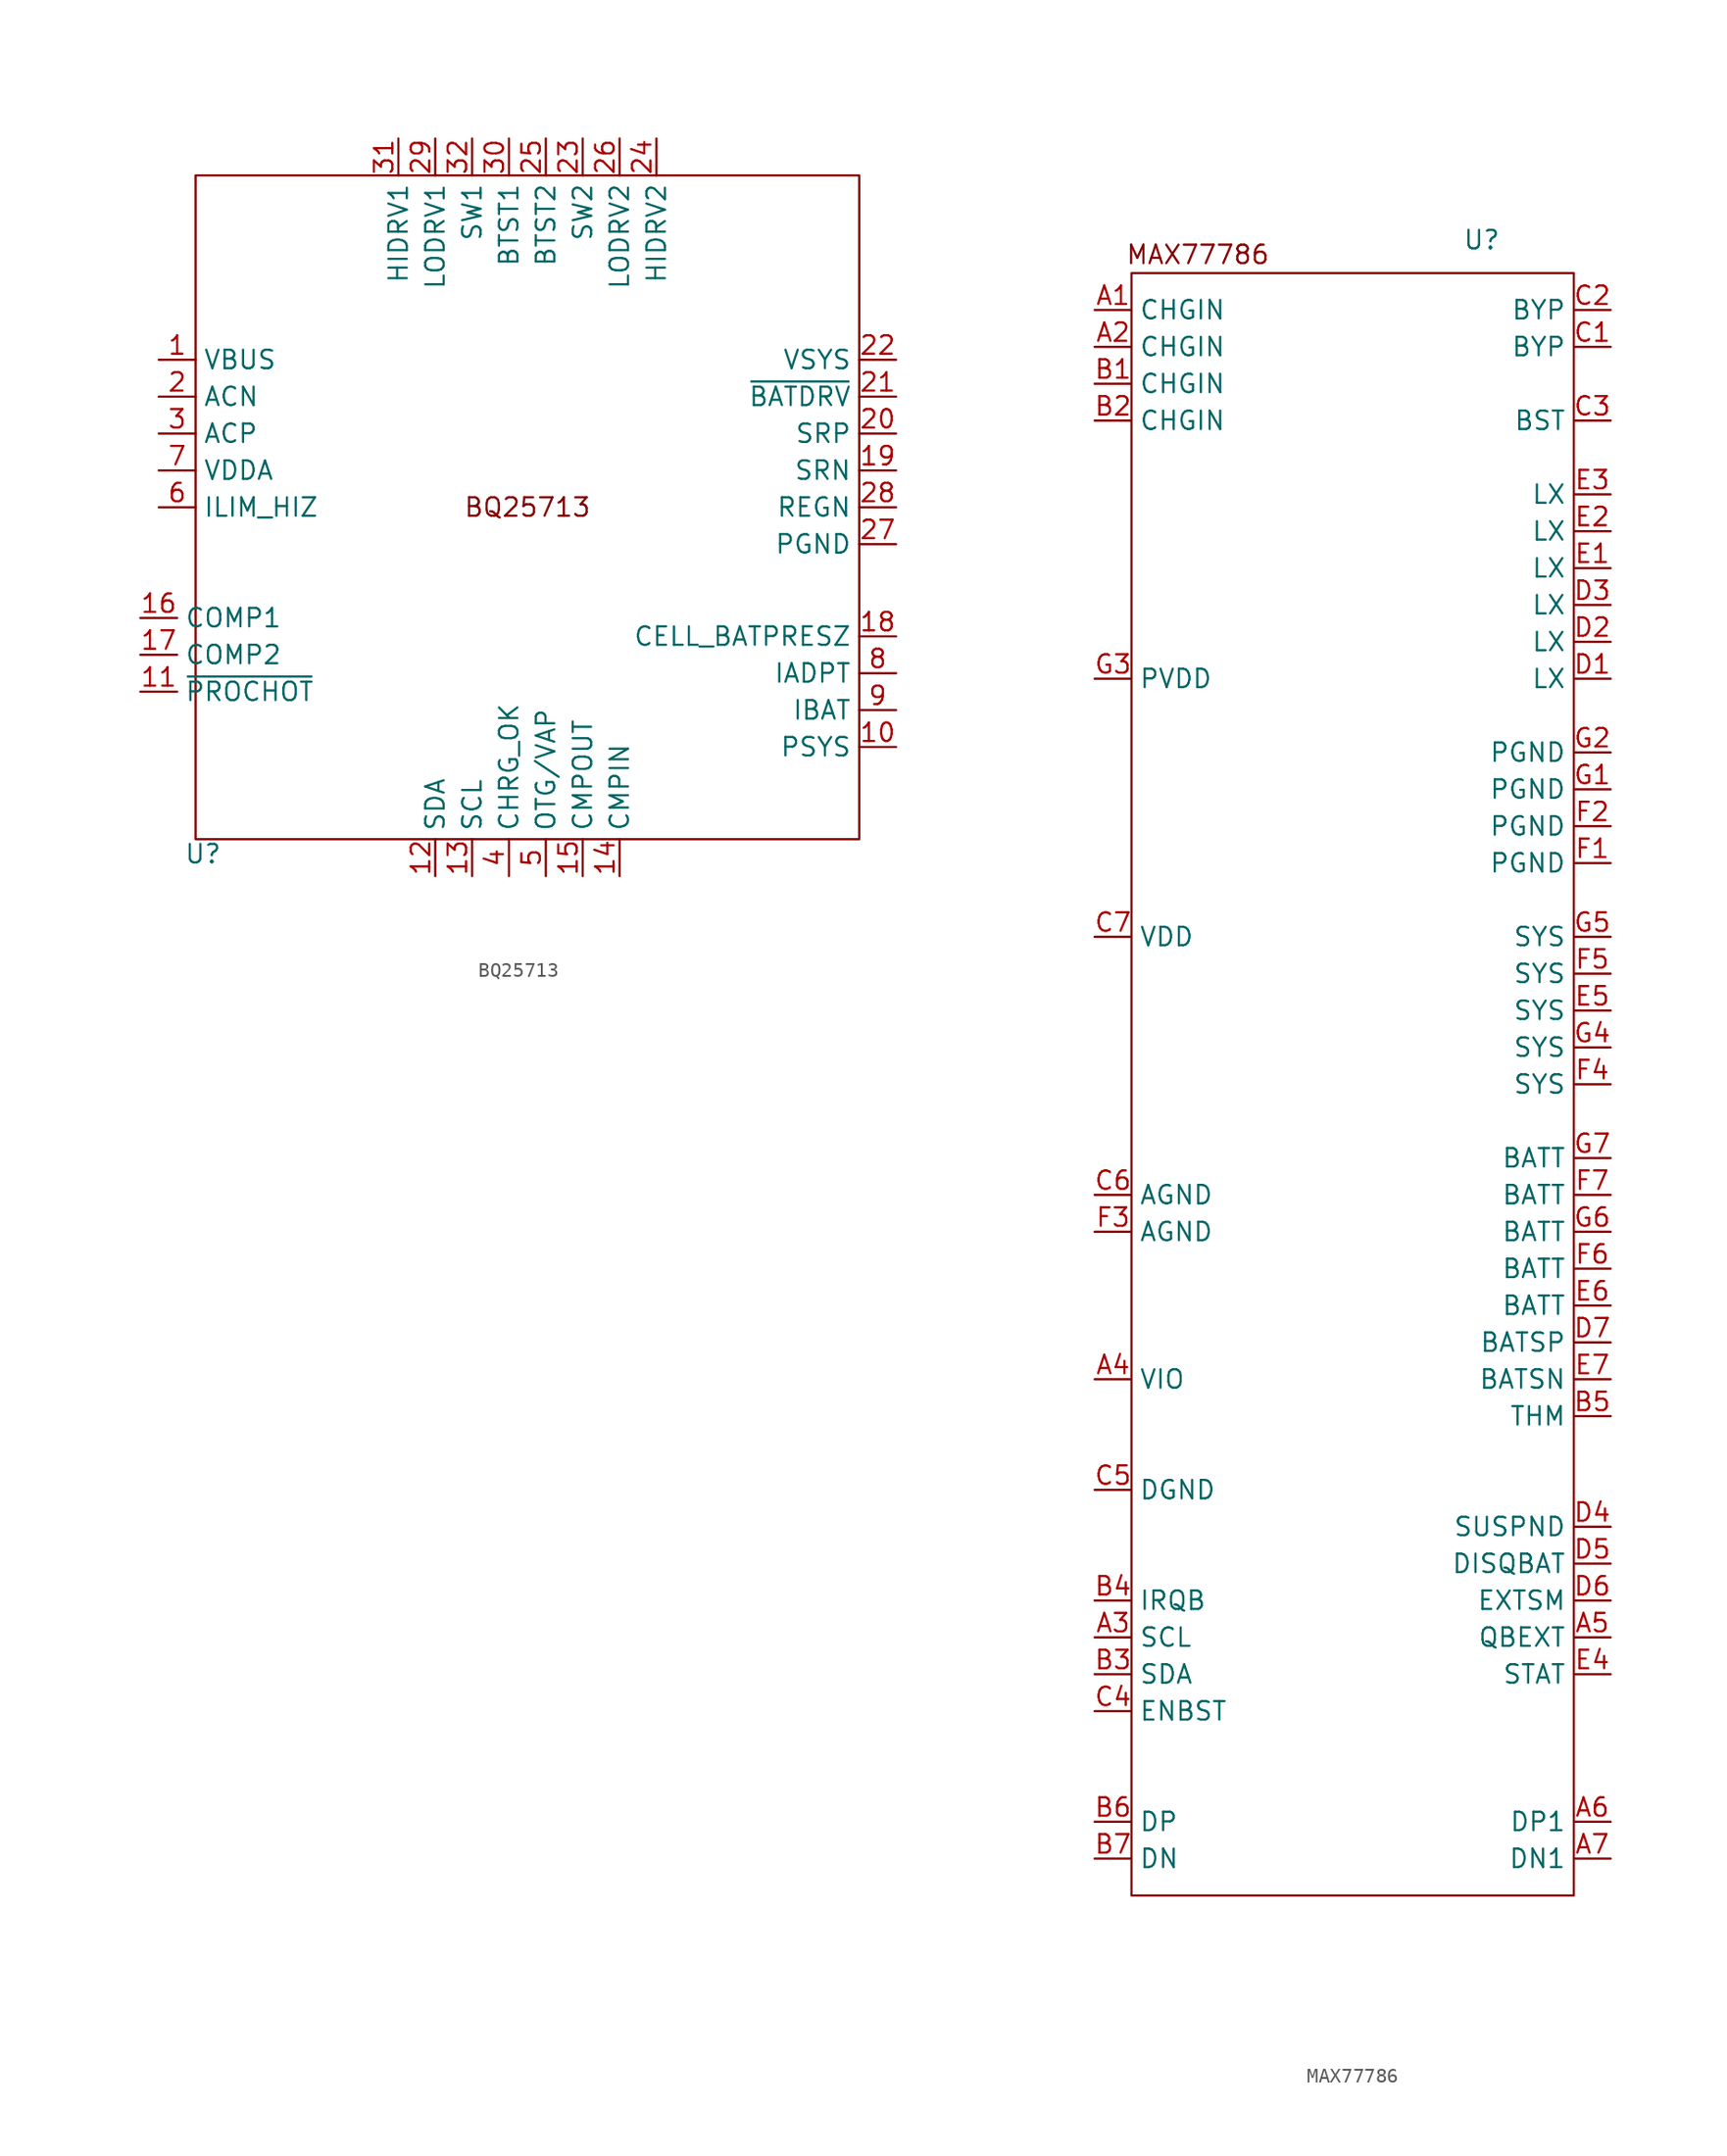
<source format=kicad_sym>
(kicad_symbol_lib
  (version 20241209)
  (generator "kicad_symbol_editor")
  (generator_version "9.0")
  (symbol "BQ25713"
    (property "Reference" "U"
      (at -22.352 -23.876 0)
      (effects (font (size 1.27 1.27))))
    (property "Value" ""
      (at 0 0 0)
      (effects (font (size 1.27 1.27))))
    (symbol "BQ25713_0_1"
      (rectangle (start 22.86 -22.86) (end -22.86 22.86) (stroke (width 0) (type default)) (fill (type none))))
    (symbol "BQ25713_1_1"
      (text "BQ25713" (at 0 0 0) (effects (font (size 1.27 1.27))))
      (pin input line (at -26.67 -7.62 0) (length 2.54) (name "COMP1" (effects (font (size 1.27 1.27)))) (number "16" (effects (font (size 1.27 1.27)))))
      (pin input line (at -26.67 -10.16 0) (length 2.54) (name "COMP2" (effects (font (size 1.27 1.27)))) (number "17" (effects (font (size 1.27 1.27)))))
      (pin output line (at -26.67 -12.7 0) (length 2.54) (name "~{PROCHOT}" (effects (font (size 1.27 1.27)))) (number "11" (effects (font (size 1.27 1.27)))))
      (pin power_in line (at -25.4 10.16 0) (length 2.54) (name "VBUS" (effects (font (size 1.27 1.27)))) (number "1" (effects (font (size 1.27 1.27)))))
      (pin power_in line (at -25.4 7.62 0) (length 2.54) (name "ACN" (effects (font (size 1.27 1.27)))) (number "2" (effects (font (size 1.27 1.27)))))
      (pin power_in line (at -25.4 5.08 0) (length 2.54) (name "ACP" (effects (font (size 1.27 1.27)))) (number "3" (effects (font (size 1.27 1.27)))))
      (pin power_in line (at -25.4 2.54 0) (length 2.54) (name "VDDA" (effects (font (size 1.27 1.27)))) (number "7" (effects (font (size 1.27 1.27)))))
      (pin input line (at -25.4 0 0) (length 2.54) (name "ILIM_HIZ" (effects (font (size 1.27 1.27)))) (number "6" (effects (font (size 1.27 1.27)))))
      (pin no_connect line (at -25.4 -20.32 0) (length 2.54) (hide yes) (name "thermal_pad" (effects (font (size 1.27 1.27)))) (number "" (effects (font (size 1.27 1.27)))))
      (pin output line (at -8.89 25.4 270) (length 2.54) (name "HIDRV1" (effects (font (size 1.27 1.27)))) (number "31" (effects (font (size 1.27 1.27)))))
      (pin output line (at -6.35 25.4 270) (length 2.54) (name "LODRV1" (effects (font (size 1.27 1.27)))) (number "29" (effects (font (size 1.27 1.27)))))
      (pin bidirectional line (at -6.35 -25.4 90) (length 2.54) (name "SDA" (effects (font (size 1.27 1.27)))) (number "12" (effects (font (size 1.27 1.27)))))
      (pin power_out line (at -3.81 25.4 270) (length 2.54) (name "SW1" (effects (font (size 1.27 1.27)))) (number "32" (effects (font (size 1.27 1.27)))))
      (pin input line (at -3.81 -25.4 90) (length 2.54) (name "SCL" (effects (font (size 1.27 1.27)))) (number "13" (effects (font (size 1.27 1.27)))))
      (pin power_in line (at -1.27 25.4 270) (length 2.54) (name "BTST1" (effects (font (size 1.27 1.27)))) (number "30" (effects (font (size 1.27 1.27)))))
      (pin output line (at -1.27 -25.4 90) (length 2.54) (name "CHRG_OK" (effects (font (size 1.27 1.27)))) (number "4" (effects (font (size 1.27 1.27)))))
      (pin power_in line (at 1.27 25.4 270) (length 2.54) (name "BTST2" (effects (font (size 1.27 1.27)))) (number "25" (effects (font (size 1.27 1.27)))))
      (pin input line (at 1.27 -25.4 90) (length 2.54) (name "OTG/VAP" (effects (font (size 1.27 1.27)))) (number "5" (effects (font (size 1.27 1.27)))))
      (pin power_out line (at 3.81 25.4 270) (length 2.54) (name "SW2" (effects (font (size 1.27 1.27)))) (number "23" (effects (font (size 1.27 1.27)))))
      (pin output line (at 3.81 -25.4 90) (length 2.54) (name "CMPOUT" (effects (font (size 1.27 1.27)))) (number "15" (effects (font (size 1.27 1.27)))))
      (pin output line (at 6.35 25.4 270) (length 2.54) (name "LODRV2" (effects (font (size 1.27 1.27)))) (number "26" (effects (font (size 1.27 1.27)))))
      (pin input line (at 6.35 -25.4 90) (length 2.54) (name "CMPIN" (effects (font (size 1.27 1.27)))) (number "14" (effects (font (size 1.27 1.27)))))
      (pin output line (at 8.89 25.4 270) (length 2.54) (name "HIDRV2" (effects (font (size 1.27 1.27)))) (number "24" (effects (font (size 1.27 1.27)))))
      (pin power_in line (at 25.4 10.16 180) (length 2.54) (name "VSYS" (effects (font (size 1.27 1.27)))) (number "22" (effects (font (size 1.27 1.27)))))
      (pin output line (at 25.4 7.62 180) (length 2.54) (name "~{BATDRV}" (effects (font (size 1.27 1.27)))) (number "21" (effects (font (size 1.27 1.27)))))
      (pin power_in line (at 25.4 5.08 180) (length 2.54) (name "SRP" (effects (font (size 1.27 1.27)))) (number "20" (effects (font (size 1.27 1.27)))))
      (pin power_in line (at 25.4 2.54 180) (length 2.54) (name "SRN" (effects (font (size 1.27 1.27)))) (number "19" (effects (font (size 1.27 1.27)))))
      (pin power_out line (at 25.4 0 180) (length 2.54) (name "REGN" (effects (font (size 1.27 1.27)))) (number "28" (effects (font (size 1.27 1.27)))))
      (pin power_in line (at 25.4 -2.54 180) (length 2.54) (name "PGND" (effects (font (size 1.27 1.27)))) (number "27" (effects (font (size 1.27 1.27)))))
      (pin input line (at 25.4 -8.89 180) (length 2.54) (name "CELL_BATPRESZ" (effects (font (size 1.27 1.27)))) (number "18" (effects (font (size 1.27 1.27)))))
      (pin output line (at 25.4 -11.43 180) (length 2.54) (name "IADPT" (effects (font (size 1.27 1.27)))) (number "8" (effects (font (size 1.27 1.27)))))
      (pin output line (at 25.4 -13.97 180) (length 2.54) (name "IBAT" (effects (font (size 1.27 1.27)))) (number "9" (effects (font (size 1.27 1.27)))))
      (pin output line (at 25.4 -16.51 180) (length 2.54) (name "PSYS" (effects (font (size 1.27 1.27)))) (number "10" (effects (font (size 1.27 1.27)))))))
  (symbol "MAX77786"
    (property "Reference" "U"
      (at 8.89 58.166 0)
      (effects (font (size 1.27 1.27))))
    (property "Value" ""
      (at 0 0 0)
      (effects (font (size 1.27 1.27))))
    (symbol "MAX77786_0_1"
      (rectangle (start -15.24 55.88) (end 15.24 -55.88) (stroke (width 0) (type default)) (fill (type none))))
    (symbol "MAX77786_1_1"
      (text "MAX77786" (at -10.668 57.15 0) (effects (font (size 1.27 1.27))))
      (pin input line (at -17.78 53.34 0) (length 2.54) (name "CHGIN" (effects (font (size 1.27 1.27)))) (number "A1" (effects (font (size 1.27 1.27)))))
      (pin input line (at -17.78 50.8 0) (length 2.54) (name "CHGIN" (effects (font (size 1.27 1.27)))) (number "A2" (effects (font (size 1.27 1.27)))))
      (pin input line (at -17.78 48.26 0) (length 2.54) (name "CHGIN" (effects (font (size 1.27 1.27)))) (number "B1" (effects (font (size 1.27 1.27)))))
      (pin input line (at -17.78 45.72 0) (length 2.54) (name "CHGIN" (effects (font (size 1.27 1.27)))) (number "B2" (effects (font (size 1.27 1.27)))))
      (pin input line (at -17.78 27.94 0) (length 2.54) (name "PVDD" (effects (font (size 1.27 1.27)))) (number "G3" (effects (font (size 1.27 1.27)))))
      (pin input line (at -17.78 10.16 0) (length 2.54) (name "VDD" (effects (font (size 1.27 1.27)))) (number "C7" (effects (font (size 1.27 1.27)))))
      (pin input line (at -17.78 -7.62 0) (length 2.54) (name "AGND" (effects (font (size 1.27 1.27)))) (number "C6" (effects (font (size 1.27 1.27)))))
      (pin input line (at -17.78 -10.16 0) (length 2.54) (name "AGND" (effects (font (size 1.27 1.27)))) (number "F3" (effects (font (size 1.27 1.27)))))
      (pin input line (at -17.78 -20.32 0) (length 2.54) (name "VIO" (effects (font (size 1.27 1.27)))) (number "A4" (effects (font (size 1.27 1.27)))))
      (pin input line (at -17.78 -27.94 0) (length 2.54) (name "DGND" (effects (font (size 1.27 1.27)))) (number "C5" (effects (font (size 1.27 1.27)))))
      (pin input line (at -17.78 -35.56 0) (length 2.54) (name "IRQB" (effects (font (size 1.27 1.27)))) (number "B4" (effects (font (size 1.27 1.27)))))
      (pin input line (at -17.78 -38.1 0) (length 2.54) (name "SCL" (effects (font (size 1.27 1.27)))) (number "A3" (effects (font (size 1.27 1.27)))))
      (pin input line (at -17.78 -40.64 0) (length 2.54) (name "SDA" (effects (font (size 1.27 1.27)))) (number "B3" (effects (font (size 1.27 1.27)))))
      (pin input line (at -17.78 -43.18 0) (length 2.54) (name "ENBST" (effects (font (size 1.27 1.27)))) (number "C4" (effects (font (size 1.27 1.27)))))
      (pin input line (at -17.78 -50.8 0) (length 2.54) (name "DP" (effects (font (size 1.27 1.27)))) (number "B6" (effects (font (size 1.27 1.27)))))
      (pin input line (at -17.78 -53.34 0) (length 2.54) (name "DN" (effects (font (size 1.27 1.27)))) (number "B7" (effects (font (size 1.27 1.27)))))
      (pin input line (at 17.78 53.34 180) (length 2.54) (name "BYP" (effects (font (size 1.27 1.27)))) (number "C2" (effects (font (size 1.27 1.27)))))
      (pin input line (at 17.78 50.8 180) (length 2.54) (name "BYP" (effects (font (size 1.27 1.27)))) (number "C1" (effects (font (size 1.27 1.27)))))
      (pin input line (at 17.78 45.72 180) (length 2.54) (name "BST" (effects (font (size 1.27 1.27)))) (number "C3" (effects (font (size 1.27 1.27)))))
      (pin input line (at 17.78 40.64 180) (length 2.54) (name "LX" (effects (font (size 1.27 1.27)))) (number "E3" (effects (font (size 1.27 1.27)))))
      (pin input line (at 17.78 38.1 180) (length 2.54) (name "LX" (effects (font (size 1.27 1.27)))) (number "E2" (effects (font (size 1.27 1.27)))))
      (pin input line (at 17.78 35.56 180) (length 2.54) (name "LX" (effects (font (size 1.27 1.27)))) (number "E1" (effects (font (size 1.27 1.27)))))
      (pin input line (at 17.78 33.02 180) (length 2.54) (name "LX" (effects (font (size 1.27 1.27)))) (number "D3" (effects (font (size 1.27 1.27)))))
      (pin input line (at 17.78 30.48 180) (length 2.54) (name "LX" (effects (font (size 1.27 1.27)))) (number "D2" (effects (font (size 1.27 1.27)))))
      (pin input line (at 17.78 27.94 180) (length 2.54) (name "LX" (effects (font (size 1.27 1.27)))) (number "D1" (effects (font (size 1.27 1.27)))))
      (pin input line (at 17.78 22.86 180) (length 2.54) (name "PGND" (effects (font (size 1.27 1.27)))) (number "G2" (effects (font (size 1.27 1.27)))))
      (pin input line (at 17.78 20.32 180) (length 2.54) (name "PGND" (effects (font (size 1.27 1.27)))) (number "G1" (effects (font (size 1.27 1.27)))))
      (pin input line (at 17.78 17.78 180) (length 2.54) (name "PGND" (effects (font (size 1.27 1.27)))) (number "F2" (effects (font (size 1.27 1.27)))))
      (pin input line (at 17.78 15.24 180) (length 2.54) (name "PGND" (effects (font (size 1.27 1.27)))) (number "F1" (effects (font (size 1.27 1.27)))))
      (pin input line (at 17.78 10.16 180) (length 2.54) (name "SYS" (effects (font (size 1.27 1.27)))) (number "G5" (effects (font (size 1.27 1.27)))))
      (pin input line (at 17.78 7.62 180) (length 2.54) (name "SYS" (effects (font (size 1.27 1.27)))) (number "F5" (effects (font (size 1.27 1.27)))))
      (pin input line (at 17.78 5.08 180) (length 2.54) (name "SYS" (effects (font (size 1.27 1.27)))) (number "E5" (effects (font (size 1.27 1.27)))))
      (pin input line (at 17.78 2.54 180) (length 2.54) (name "SYS" (effects (font (size 1.27 1.27)))) (number "G4" (effects (font (size 1.27 1.27)))))
      (pin input line (at 17.78 0 180) (length 2.54) (name "SYS" (effects (font (size 1.27 1.27)))) (number "F4" (effects (font (size 1.27 1.27)))))
      (pin input line (at 17.78 -5.08 180) (length 2.54) (name "BATT" (effects (font (size 1.27 1.27)))) (number "G7" (effects (font (size 1.27 1.27)))))
      (pin input line (at 17.78 -7.62 180) (length 2.54) (name "BATT" (effects (font (size 1.27 1.27)))) (number "F7" (effects (font (size 1.27 1.27)))))
      (pin input line (at 17.78 -10.16 180) (length 2.54) (name "BATT" (effects (font (size 1.27 1.27)))) (number "G6" (effects (font (size 1.27 1.27)))))
      (pin input line (at 17.78 -12.7 180) (length 2.54) (name "BATT" (effects (font (size 1.27 1.27)))) (number "F6" (effects (font (size 1.27 1.27)))))
      (pin input line (at 17.78 -15.24 180) (length 2.54) (name "BATT" (effects (font (size 1.27 1.27)))) (number "E6" (effects (font (size 1.27 1.27)))))
      (pin input line (at 17.78 -17.78 180) (length 2.54) (name "BATSP" (effects (font (size 1.27 1.27)))) (number "D7" (effects (font (size 1.27 1.27)))))
      (pin input line (at 17.78 -20.32 180) (length 2.54) (name "BATSN" (effects (font (size 1.27 1.27)))) (number "E7" (effects (font (size 1.27 1.27)))))
      (pin input line (at 17.78 -22.86 180) (length 2.54) (name "THM" (effects (font (size 1.27 1.27)))) (number "B5" (effects (font (size 1.27 1.27)))))
      (pin input line (at 17.78 -30.48 180) (length 2.54) (name "SUSPND" (effects (font (size 1.27 1.27)))) (number "D4" (effects (font (size 1.27 1.27)))))
      (pin input line (at 17.78 -33.02 180) (length 2.54) (name "DISQBAT" (effects (font (size 1.27 1.27)))) (number "D5" (effects (font (size 1.27 1.27)))))
      (pin input line (at 17.78 -35.56 180) (length 2.54) (name "EXTSM" (effects (font (size 1.27 1.27)))) (number "D6" (effects (font (size 1.27 1.27)))))
      (pin input line (at 17.78 -38.1 180) (length 2.54) (name "QBEXT" (effects (font (size 1.27 1.27)))) (number "A5" (effects (font (size 1.27 1.27)))))
      (pin input line (at 17.78 -40.64 180) (length 2.54) (name "STAT" (effects (font (size 1.27 1.27)))) (number "E4" (effects (font (size 1.27 1.27)))))
      (pin input line (at 17.78 -50.8 180) (length 2.54) (name "DP1" (effects (font (size 1.27 1.27)))) (number "A6" (effects (font (size 1.27 1.27)))))
      (pin input line (at 17.78 -53.34 180) (length 2.54) (name "DN1" (effects (font (size 1.27 1.27)))) (number "A7" (effects (font (size 1.27 1.27))))))))
</source>
